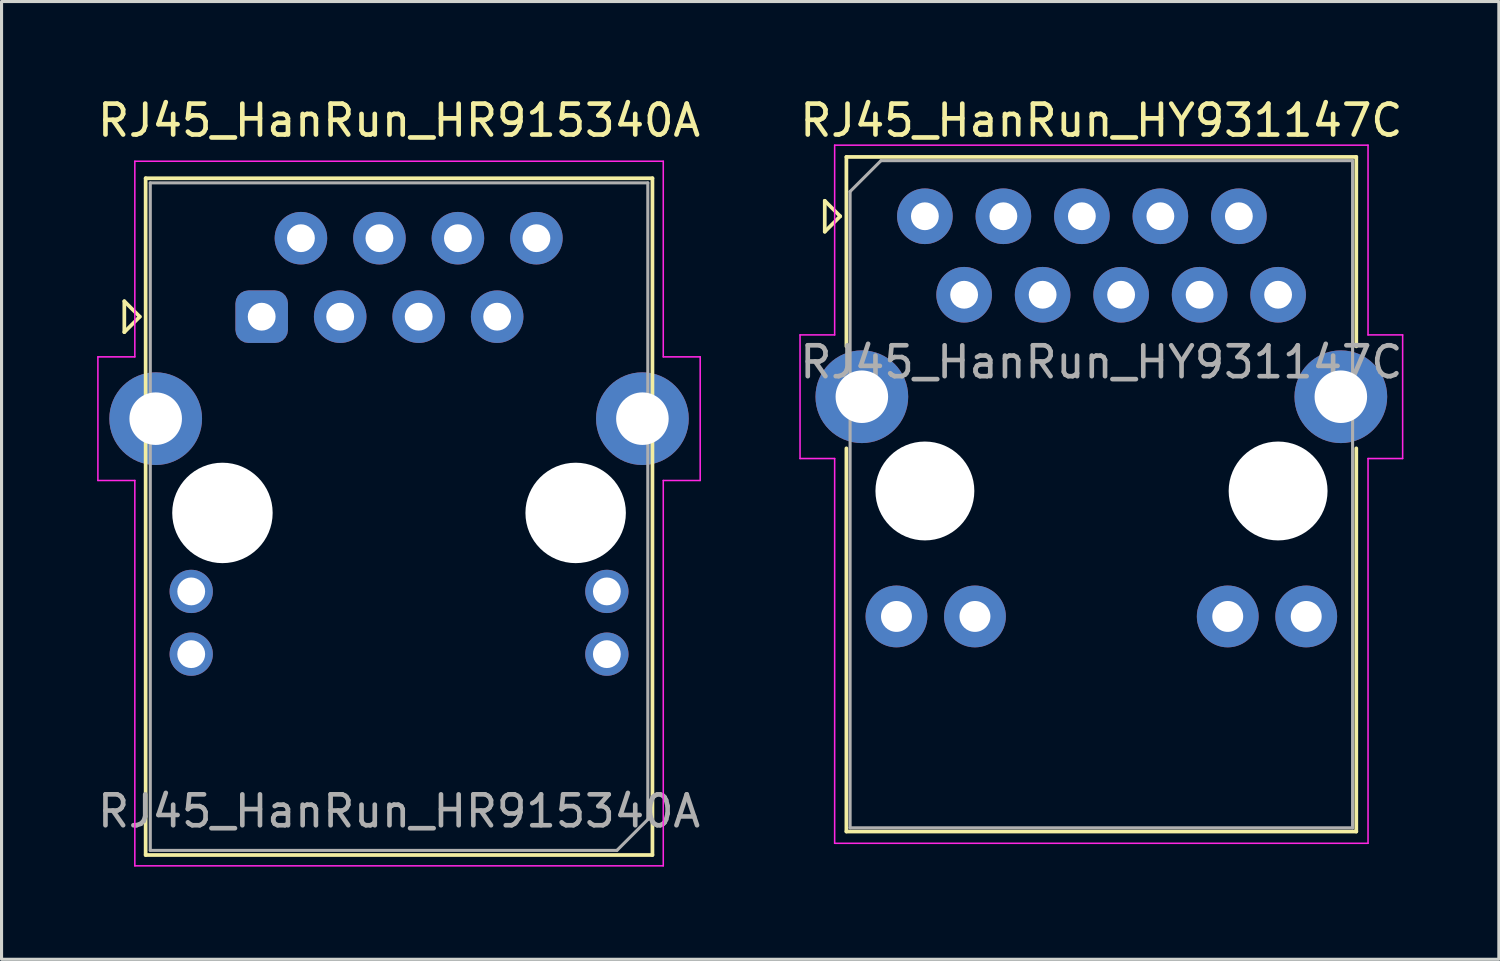
<source format=kicad_pcb>
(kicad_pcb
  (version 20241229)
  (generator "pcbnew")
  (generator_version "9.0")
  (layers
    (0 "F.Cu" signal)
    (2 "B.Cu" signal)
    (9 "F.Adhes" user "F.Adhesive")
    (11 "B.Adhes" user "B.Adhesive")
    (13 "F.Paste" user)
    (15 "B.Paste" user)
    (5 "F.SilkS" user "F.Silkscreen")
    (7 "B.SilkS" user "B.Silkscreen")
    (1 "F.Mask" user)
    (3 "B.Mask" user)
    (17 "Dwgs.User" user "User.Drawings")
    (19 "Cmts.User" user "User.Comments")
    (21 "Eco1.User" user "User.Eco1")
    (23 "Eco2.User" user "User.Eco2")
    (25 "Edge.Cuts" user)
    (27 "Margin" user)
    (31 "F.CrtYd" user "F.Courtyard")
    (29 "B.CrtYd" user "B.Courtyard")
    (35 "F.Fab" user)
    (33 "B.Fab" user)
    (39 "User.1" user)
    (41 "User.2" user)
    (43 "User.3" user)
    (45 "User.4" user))
  (footprint "RJ45_HanRun_HR915340A"
    (layer "F.Cu")
    (at 9.863 13.548)
    (property "Reference" "RJ45_HanRun_HR915340A" (at 0 -12.7 0) (layer "F.SilkS") (effects (font (size 1 1) (thickness 0.15))))
    (attr through_hole)
    (fp_line (start -8.89 -6.85) (end -8.89 -5.85) (stroke (width 0.12) (type solid)) (layer "F.SilkS"))
    (fp_line (start -8.89 -5.85) (end -8.39 -6.35) (stroke (width 0.12) (type solid)) (layer "F.SilkS"))
    (fp_line (start -8.39 -6.35) (end -8.89 -6.85) (stroke (width 0.12) (type solid)) (layer "F.SilkS"))
    (fp_line (start -8.2 -10.83) (end -8.2 11.07) (stroke (width 0.12) (type solid)) (layer "F.SilkS"))
    (fp_line (start 8.2 -10.83) (end -8.2 -10.83) (stroke (width 0.12) (type solid)) (layer "F.SilkS"))
    (fp_line (start 8.2 -10.83) (end 8.2 11.07) (stroke (width 0.12) (type solid)) (layer "F.SilkS"))
    (fp_line (start 8.2 11.07) (end -8.2 11.07) (stroke (width 0.12) (type solid)) (layer "F.SilkS"))
    (fp_line (start -9.745 -5.05) (end -8.55 -5.05) (stroke (width 0.05) (type solid)) (layer "F.CrtYd"))
    (fp_line (start -9.745 -1.05) (end -9.745 -5.05) (stroke (width 0.05) (type solid)) (layer "F.CrtYd"))
    (fp_line (start -9.745 -1.05) (end -8.55 -1.05) (stroke (width 0.05) (type solid)) (layer "F.CrtYd"))
    (fp_line (start -8.55 -5.05) (end -8.55 -11.38) (stroke (width 0.05) (type solid)) (layer "F.CrtYd"))
    (fp_line (start -8.55 11.42) (end -8.55 -1.05) (stroke (width 0.05) (type solid)) (layer "F.CrtYd"))
    (fp_line (start 8.55 -11.38) (end -8.55 -11.38) (stroke (width 0.05) (type solid)) (layer "F.CrtYd"))
    (fp_line (start 8.55 -5.05) (end 8.55 -11.38) (stroke (width 0.05) (type solid)) (layer "F.CrtYd"))
    (fp_line (start 8.55 11.42) (end -8.55 11.42) (stroke (width 0.05) (type solid)) (layer "F.CrtYd"))
    (fp_line (start 8.55 11.42) (end 8.55 -1.05) (stroke (width 0.05) (type solid)) (layer "F.CrtYd"))
    (fp_line (start 9.745 -5.05) (end 8.55 -5.05) (stroke (width 0.05) (type solid)) (layer "F.CrtYd"))
    (fp_line (start 9.745 -1.05) (end 8.55 -1.05) (stroke (width 0.05) (type solid)) (layer "F.CrtYd"))
    (fp_line (start 9.745 -1.05) (end 9.745 -5.05) (stroke (width 0.05) (type solid)) (layer "F.CrtYd"))
    (fp_line (start -8.05 10.92) (end -8.05 -10.68) (stroke (width 0.1) (type solid)) (layer "F.Fab"))
    (fp_line (start 7.05 10.92) (end -8.05 10.92) (stroke (width 0.1) (type solid)) (layer "F.Fab"))
    (fp_line (start 8.05 -10.68) (end -8.05 -10.68) (stroke (width 0.1) (type solid)) (layer "F.Fab"))
    (fp_line (start 8.05 9.92) (end 7.05 10.92) (stroke (width 0.1) (type solid)) (layer "F.Fab"))
    (fp_line (start 8.05 9.92) (end 8.05 -10.68) (stroke (width 0.1) (type solid)) (layer "F.Fab"))
    (fp_text user "${REFERENCE}" (at 0 9.652 180) (layer "F.Fab") (effects (font (size 1 1) (thickness 0.15))))
    (pad "" np_thru_hole circle (at -5.715 0 180) (size 3.25 3.25) (drill 3.25) (layers "*.Cu" "*.Mask"))
    (pad "" np_thru_hole circle (at 5.715 0 180) (size 3.25 3.25) (drill 3.25) (layers "*.Cu" "*.Mask"))
    (pad "1" thru_hole roundrect (at -4.445 -6.35 180) (size 1.7 1.7) (drill 0.9) (layers "*.Cu" "*.Mask") (roundrect_rratio 0.25))
    (pad "2" thru_hole circle (at -3.175 -8.89 180) (size 1.7 1.7) (drill 0.9) (layers "*.Cu" "*.Mask"))
    (pad "3" thru_hole circle (at -1.905 -6.35 180) (size 1.7 1.7) (drill 0.9) (layers "*.Cu" "*.Mask"))
    (pad "4" thru_hole circle (at -0.635 -8.89 180) (size 1.7 1.7) (drill 0.9) (layers "*.Cu" "*.Mask"))
    (pad "5" thru_hole circle (at 0.635 -6.35 180) (size 1.7 1.7) (drill 0.9) (layers "*.Cu" "*.Mask"))
    (pad "6" thru_hole circle (at 1.905 -8.89 180) (size 1.7 1.7) (drill 0.9) (layers "*.Cu" "*.Mask"))
    (pad "7" thru_hole circle (at 3.175 -6.35 180) (size 1.7 1.7) (drill 0.9) (layers "*.Cu" "*.Mask"))
    (pad "8" thru_hole circle (at 4.445 -8.89 180) (size 1.7 1.7) (drill 0.9) (layers "*.Cu" "*.Mask"))
    (pad "9" thru_hole circle (at 6.725 2.54 180) (size 1.4 1.4) (drill 0.9) (layers "*.Cu" "*.Mask"))
    (pad "10" thru_hole circle (at 6.725 4.57 180) (size 1.4 1.4) (drill 0.9) (layers "*.Cu" "*.Mask"))
    (pad "11" thru_hole circle (at -6.725 2.54 180) (size 1.4 1.4) (drill 0.9) (layers "*.Cu" "*.Mask"))
    (pad "12" thru_hole circle (at -6.725 4.57 180) (size 1.4 1.4) (drill 0.9) (layers "*.Cu" "*.Mask"))
    (pad "SH" thru_hole circle (at -7.875 -3.05 180) (size 3 3) (drill 1.7) (layers "*.Cu" "*.Mask"))
    (pad "SH" thru_hole circle (at 7.875 -3.05 180) (size 3 3) (drill 1.7) (layers "*.Cu" "*.Mask")))
  (footprint "RJ45_HanRun_HY931147C"
    (layer "F.Cu")
    (at 26.879 3.948)
    (property "Reference" "RJ45_HanRun_HY931147C" (at 5.71 -3.1 0) (layer "F.SilkS") (effects (font (size 1 1) (thickness 0.15))))
    (attr through_hole)
    (fp_line (start -3.24 -0.5) (end -3.24 0.5) (stroke (width 0.12) (type solid)) (layer "F.SilkS"))
    (fp_line (start -3.24 0.5) (end -2.74 0) (stroke (width 0.12) (type solid)) (layer "F.SilkS"))
    (fp_line (start -2.74 0) (end -3.24 -0.5) (stroke (width 0.12) (type solid)) (layer "F.SilkS"))
    (fp_line (start -2.54 -1.92) (end -2.54 4.21) (stroke (width 0.12) (type solid)) (layer "F.SilkS"))
    (fp_line (start -2.54 -1.92) (end 13.96 -1.92) (stroke (width 0.12) (type solid)) (layer "F.SilkS"))
    (fp_line (start -2.54 7.51) (end -2.54 19.91) (stroke (width 0.12) (type solid)) (layer "F.SilkS"))
    (fp_line (start -2.54 19.91) (end 13.96 19.91) (stroke (width 0.12) (type solid)) (layer "F.SilkS"))
    (fp_line (start 13.96 -1.92) (end 13.96 4.21) (stroke (width 0.12) (type solid)) (layer "F.SilkS"))
    (fp_line (start 13.96 7.51) (end 13.96 19.91) (stroke (width 0.12) (type solid)) (layer "F.SilkS"))
    (fp_line (start -4.04 3.84) (end -4.04 7.84) (stroke (width 0.05) (type solid)) (layer "F.CrtYd"))
    (fp_line (start -4.04 7.84) (end -2.92 7.84) (stroke (width 0.05) (type solid)) (layer "F.CrtYd"))
    (fp_line (start -2.92 -2.3) (end -2.92 3.84) (stroke (width 0.05) (type solid)) (layer "F.CrtYd"))
    (fp_line (start -2.92 -2.3) (end 14.34 -2.3) (stroke (width 0.05) (type solid)) (layer "F.CrtYd"))
    (fp_line (start -2.92 3.84) (end -4.04 3.84) (stroke (width 0.05) (type solid)) (layer "F.CrtYd"))
    (fp_line (start -2.92 7.84) (end -2.92 20.29) (stroke (width 0.05) (type solid)) (layer "F.CrtYd"))
    (fp_line (start -2.92 20.29) (end 14.34 20.29) (stroke (width 0.05) (type solid)) (layer "F.CrtYd"))
    (fp_line (start 14.34 -2.3) (end 14.34 3.84) (stroke (width 0.05) (type solid)) (layer "F.CrtYd"))
    (fp_line (start 14.34 7.84) (end 14.34 20.29) (stroke (width 0.05) (type solid)) (layer "F.CrtYd"))
    (fp_line (start 14.34 7.84) (end 15.46 7.84) (stroke (width 0.05) (type solid)) (layer "F.CrtYd"))
    (fp_line (start 15.46 3.84) (end 14.34 3.84) (stroke (width 0.05) (type solid)) (layer "F.CrtYd"))
    (fp_line (start 15.46 3.84) (end 15.46 7.84) (stroke (width 0.05) (type solid)) (layer "F.CrtYd"))
    (fp_line (start -2.42 -0.8) (end -1.42 -1.8) (stroke (width 0.1) (type solid)) (layer "F.Fab"))
    (fp_line (start -2.42 19.79) (end -2.42 -0.8) (stroke (width 0.1) (type solid)) (layer "F.Fab"))
    (fp_line (start -1.42 -1.8) (end 13.84 -1.8) (stroke (width 0.1) (type solid)) (layer "F.Fab"))
    (fp_line (start 13.84 -1.8) (end 13.84 19.79) (stroke (width 0.1) (type solid)) (layer "F.Fab"))
    (fp_line (start 13.84 19.79) (end -2.42 19.79) (stroke (width 0.1) (type solid)) (layer "F.Fab"))
    (fp_text user "${REFERENCE}" (at 5.71 4.72 0) (layer "F.Fab") (effects (font (size 1 1) (thickness 0.15))))
    (pad "" np_thru_hole circle (at 0 8.89) (size 3.2 3.2) (drill 3.2) (layers "*.Cu" "*.Mask"))
    (pad "" np_thru_hole circle (at 11.43 8.89) (size 3.2 3.2) (drill 3.2) (layers "*.Cu" "*.Mask"))
    (pad "1" thru_hole circle (at 0 0) (size 1.8 1.8) (drill 0.9) (layers "*.Cu" "*.Mask"))
    (pad "2" thru_hole circle (at 1.27 2.54) (size 1.8 1.8) (drill 0.9) (layers "*.Cu" "*.Mask"))
    (pad "3" thru_hole circle (at 2.54 0) (size 1.8 1.8) (drill 0.9) (layers "*.Cu" "*.Mask"))
    (pad "4" thru_hole circle (at 3.81 2.54) (size 1.8 1.8) (drill 0.9) (layers "*.Cu" "*.Mask"))
    (pad "5" thru_hole circle (at 5.08 0) (size 1.8 1.8) (drill 0.9) (layers "*.Cu" "*.Mask"))
    (pad "6" thru_hole circle (at 6.35 2.54) (size 1.8 1.8) (drill 0.9) (layers "*.Cu" "*.Mask"))
    (pad "7" thru_hole circle (at 7.62 0) (size 1.8 1.8) (drill 0.9) (layers "*.Cu" "*.Mask"))
    (pad "8" thru_hole circle (at 8.89 2.54) (size 1.8 1.8) (drill 0.9) (layers "*.Cu" "*.Mask"))
    (pad "9" thru_hole circle (at 10.16 0) (size 1.8 1.8) (drill 0.9) (layers "*.Cu" "*.Mask"))
    (pad "10" thru_hole circle (at 11.43 2.54) (size 1.8 1.8) (drill 0.9) (layers "*.Cu" "*.Mask"))
    (pad "11" thru_hole circle (at 12.34 12.95) (size 2 2) (drill 1) (layers "*.Cu" "*.Mask"))
    (pad "12" thru_hole circle (at 9.8 12.95) (size 2 2) (drill 1) (layers "*.Cu" "*.Mask"))
    (pad "13" thru_hole circle (at 1.62 12.95) (size 2 2) (drill 1) (layers "*.Cu" "*.Mask"))
    (pad "14" thru_hole circle (at -0.92 12.95) (size 2 2) (drill 1) (layers "*.Cu" "*.Mask"))
    (pad "15" thru_hole circle (at -2.04 5.84) (size 3 3) (drill 1.7) (layers "*.Cu" "*.Mask"))
    (pad "15" thru_hole circle (at 13.46 5.84) (size 3 3) (drill 1.7) (layers "*.Cu" "*.Mask")))
  (gr_rect
    (start -3 -3)
    (end 45.452 27.993)
    (stroke (width 0.1) (type default))
    (fill no)
    (layer "Edge.Cuts")))
</source>
